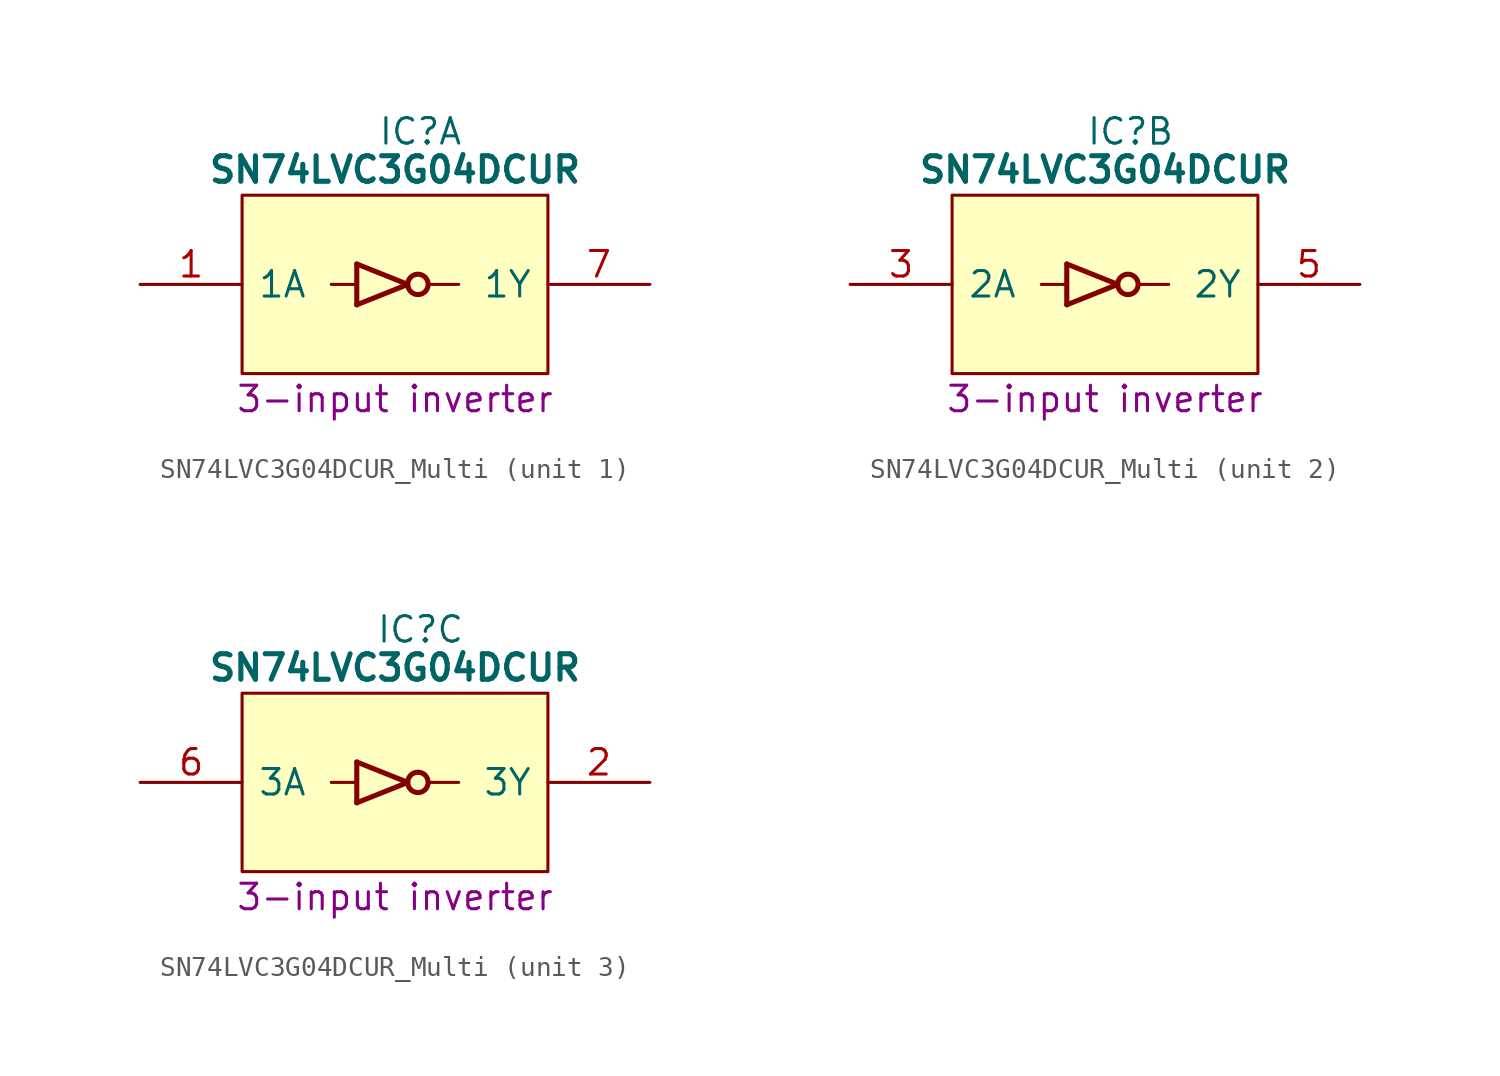
<source format=kicad_sym>
(kicad_symbol_lib
  (version 20241209)
  (generator "kicad_symbol_editor")
  (generator_version "9.0")
  (symbol "SN74LVC3G04DCUR_Multi"
    (pin_names
      (offset 0.762))
    (property "Reference" "IC"
      (at 13.97 7.62 0)
      (effects (font (size 1.27 1.27))))
    (property "Value" "SN74LVC3G04DCUR"
      (at 12.7 5.715 0)
      (effects (font (size 1.27 1.27) (bold yes))))
    (property "Description" "3-input inverter"
      (at 12.7 -5.715 0)
      (effects (font (size 1.27 1.27))))
    (symbol "SN74LVC3G04DCUR_Multi_0_0"
      (pin passive line (at 0 -2.54 0) (length 5.08) (hide yes) (name "GND" (effects (font (size 1.27 1.27)))) (number "4" (effects (font (size 1.27 1.27)))))
      (pin passive line (at 25.4 2.54 180) (length 5.08) (hide yes) (name "3V" (effects (font (size 1.27 1.27)))) (number "8" (effects (font (size 1.27 1.27))))))
    (symbol "SN74LVC3G04DCUR_Multi_0_1"
      (polyline (pts (xy 5.08 4.445) (xy 20.32 4.445) (xy 20.32 -4.445) (xy 5.08 -4.445) (xy 5.08 4.445)) (stroke (width 0.152) (type default)) (fill (type background)))
      (polyline (pts (xy 9.525 0) (xy 10.795 0)) (stroke (width 0) (type default)) (fill (type none)))
      (rectangle (start 10.795 1.016) (end 10.795 -1.016) (stroke (width 0.254) (type default)) (fill (type background)))
      (polyline (pts (xy 10.795 -1.016) (xy 13.335 0) (xy 10.795 1.016)) (stroke (width 0.254) (type default)) (fill (type none)))
      (circle (center 13.843 0) (radius 0.508) (stroke (width 0.254) (type default)) (fill (type none)))
      (polyline (pts (xy 14.351 0) (xy 15.875 0)) (stroke (width 0) (type default)) (fill (type none))))
    (symbol "SN74LVC3G04DCUR_Multi_1_0"
      (pin input line (at 0 0 0) (length 5.08) (name "1A" (effects (font (size 1.27 1.27)))) (number "1" (effects (font (size 1.27 1.27)))))
      (pin output line (at 25.4 0 180) (length 5.08) (name "1Y" (effects (font (size 1.27 1.27)))) (number "7" (effects (font (size 1.27 1.27))))))
    (symbol "SN74LVC3G04DCUR_Multi_2_0"
      (pin input line (at 0 0 0) (length 5.08) (name "2A" (effects (font (size 1.27 1.27)))) (number "3" (effects (font (size 1.27 1.27)))))
      (pin output line (at 25.4 0 180) (length 5.08) (name "2Y" (effects (font (size 1.27 1.27)))) (number "5" (effects (font (size 1.27 1.27))))))
    (symbol "SN74LVC3G04DCUR_Multi_3_0"
      (pin input line (at 0 0 0) (length 5.08) (name "3A" (effects (font (size 1.27 1.27)))) (number "6" (effects (font (size 1.27 1.27)))))
      (pin output line (at 25.4 0 180) (length 5.08) (name "3Y" (effects (font (size 1.27 1.27)))) (number "2" (effects (font (size 1.27 1.27))))))))
</source>
